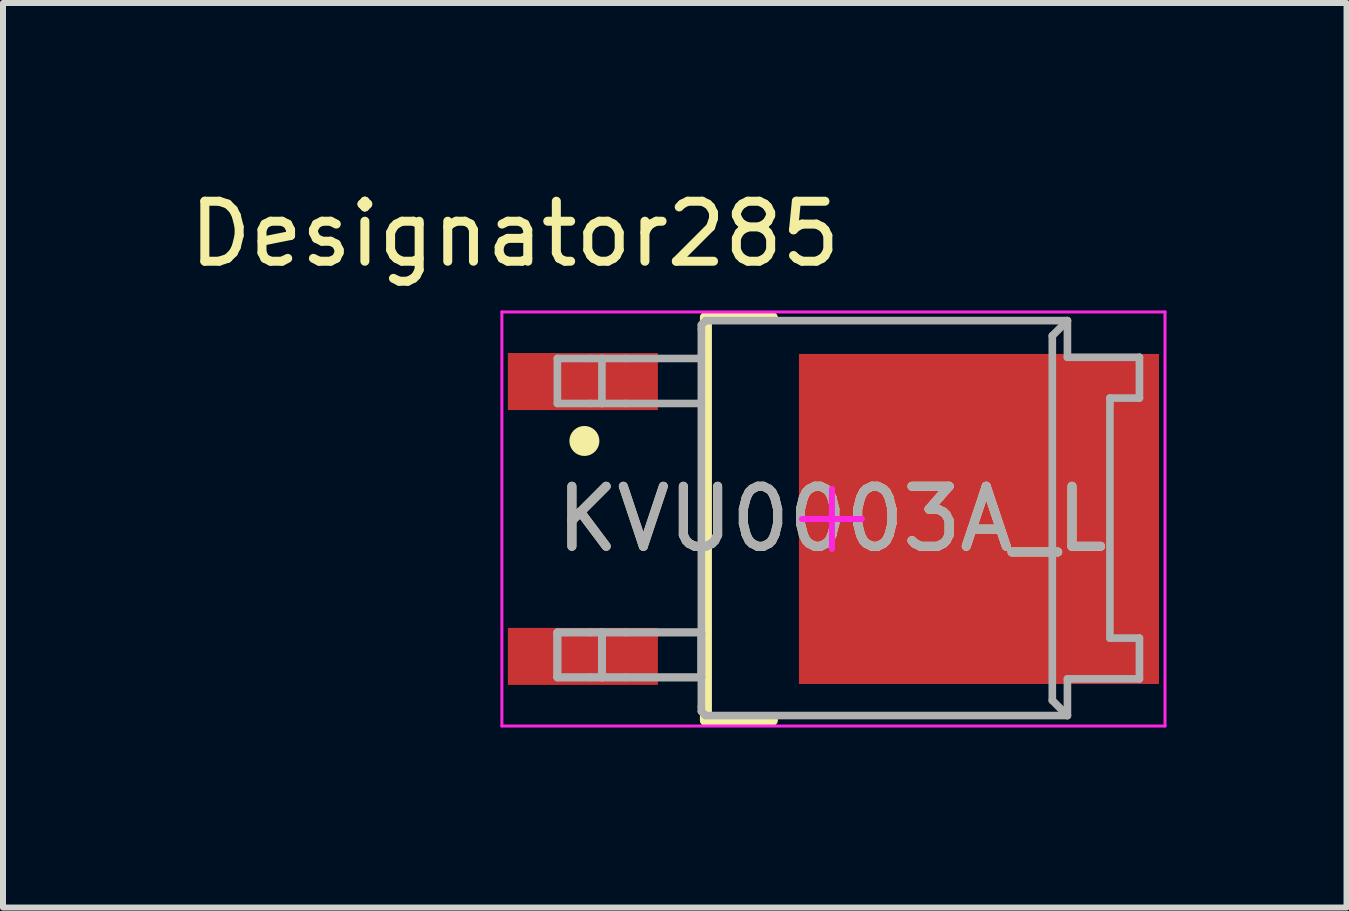
<source format=kicad_pcb>
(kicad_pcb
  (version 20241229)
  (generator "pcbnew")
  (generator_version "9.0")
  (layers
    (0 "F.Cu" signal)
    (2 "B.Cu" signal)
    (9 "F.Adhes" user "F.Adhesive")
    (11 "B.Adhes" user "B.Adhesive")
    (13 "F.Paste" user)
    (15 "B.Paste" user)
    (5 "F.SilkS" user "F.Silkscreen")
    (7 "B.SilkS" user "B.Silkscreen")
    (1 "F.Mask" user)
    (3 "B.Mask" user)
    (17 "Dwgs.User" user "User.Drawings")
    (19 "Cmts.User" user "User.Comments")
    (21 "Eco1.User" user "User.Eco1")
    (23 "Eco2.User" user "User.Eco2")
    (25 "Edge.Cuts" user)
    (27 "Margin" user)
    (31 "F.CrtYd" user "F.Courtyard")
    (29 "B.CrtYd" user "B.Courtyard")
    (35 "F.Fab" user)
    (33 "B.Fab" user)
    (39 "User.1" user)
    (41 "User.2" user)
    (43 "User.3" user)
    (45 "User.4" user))
  (footprint "KVU0003A_L"
    (layer "F.Cu")
    (at 10.813 5.598)
    (property "Reference" "KVU0003A_L" (at 0 0 0) (unlocked yes) (layer "F.SilkS") (effects (font (size 1 1) (thickness 0.15))))
    (attr smd)
    (fp_line (start -2.1 -3.35) (end -1 -3.35) (stroke (width 0.2) (type solid)) (layer "F.SilkS"))
    (fp_line (start -2.1 3.35) (end -2.1 -3.35) (stroke (width 0.2) (type solid)) (layer "F.SilkS"))
    (fp_line (start -2.1 3.35) (end -1 3.35) (stroke (width 0.2) (type solid)) (layer "F.SilkS"))
    (fp_circle (center -4.125 -1.3) (end -4 -1.3) (stroke (width 0.25) (type solid)) (fill no) (layer "F.SilkS"))
    (fp_poly (pts (xy -0.4 -1.479) (xy -0.4 -2.511) (xy -0.399 -2.521) (xy -0.396 -2.53) (xy -0.392 -2.538) (xy -0.386 -2.546) (xy -0.378 -2.552) (xy -0.37 -2.556) (xy -0.361 -2.559) (xy -0.351 -2.56) (xy 0.531 -2.56) (xy 0.541 -2.559) (xy 0.55 -2.556) (xy 0.558 -2.552) (xy 0.566 -2.546) (xy 0.572 -2.538) (xy 0.576 -2.53) (xy 0.579 -2.521) (xy 0.58 -2.511) (xy 0.58 -1.479) (xy 0.579 -1.469) (xy 0.576 -1.46) (xy 0.572 -1.452) (xy 0.566 -1.444) (xy 0.558 -1.438) (xy 0.55 -1.434) (xy 0.541 -1.431) (xy 0.531 -1.43) (xy -0.351 -1.43) (xy -0.361 -1.431) (xy -0.37 -1.434) (xy -0.378 -1.438) (xy -0.386 -1.444) (xy -0.392 -1.452) (xy -0.396 -1.46) (xy -0.399 -1.469)) (stroke (width 0) (type solid)) (fill yes) (layer "F.Paste"))
    (fp_poly (pts (xy -0.4 -0.149) (xy -0.4 -1.181) (xy -0.399 -1.191) (xy -0.396 -1.2) (xy -0.392 -1.208) (xy -0.386 -1.216) (xy -0.378 -1.222) (xy -0.37 -1.226) (xy -0.361 -1.229) (xy -0.351 -1.23) (xy 0.531 -1.23) (xy 0.541 -1.229) (xy 0.55 -1.226) (xy 0.558 -1.222) (xy 0.566 -1.216) (xy 0.572 -1.208) (xy 0.576 -1.2) (xy 0.579 -1.191) (xy 0.58 -1.181) (xy 0.58 -0.149) (xy 0.579 -0.139) (xy 0.576 -0.13) (xy 0.572 -0.122) (xy 0.566 -0.114) (xy 0.558 -0.108) (xy 0.55 -0.104) (xy 0.541 -0.101) (xy 0.531 -0.1) (xy -0.351 -0.1) (xy -0.361 -0.101) (xy -0.37 -0.104) (xy -0.378 -0.108) (xy -0.386 -0.114) (xy -0.392 -0.122) (xy -0.396 -0.13) (xy -0.399 -0.139)) (stroke (width 0) (type solid)) (fill yes) (layer "F.Paste"))
    (fp_poly (pts (xy -0.4 1.181) (xy -0.4 0.149) (xy -0.399 0.139) (xy -0.396 0.13) (xy -0.392 0.122) (xy -0.386 0.114) (xy -0.378 0.108) (xy -0.37 0.104) (xy -0.361 0.101) (xy -0.351 0.1) (xy 0.531 0.1) (xy 0.541 0.101) (xy 0.55 0.104) (xy 0.558 0.108) (xy 0.566 0.114) (xy 0.572 0.122) (xy 0.576 0.13) (xy 0.579 0.139) (xy 0.58 0.149) (xy 0.58 1.181) (xy 0.579 1.191) (xy 0.576 1.2) (xy 0.572 1.208) (xy 0.566 1.216) (xy 0.558 1.222) (xy 0.55 1.226) (xy 0.541 1.229) (xy 0.531 1.23) (xy -0.351 1.23) (xy -0.361 1.229) (xy -0.37 1.226) (xy -0.378 1.222) (xy -0.386 1.216) (xy -0.392 1.208) (xy -0.396 1.2) (xy -0.399 1.191)) (stroke (width 0) (type solid)) (fill yes) (layer "F.Paste"))
    (fp_poly (pts (xy -0.4 2.511) (xy -0.4 1.479) (xy -0.399 1.469) (xy -0.396 1.46) (xy -0.392 1.452) (xy -0.386 1.444) (xy -0.378 1.438) (xy -0.37 1.434) (xy -0.361 1.431) (xy -0.351 1.43) (xy 0.531 1.43) (xy 0.541 1.431) (xy 0.55 1.434) (xy 0.558 1.438) (xy 0.566 1.444) (xy 0.572 1.452) (xy 0.576 1.46) (xy 0.579 1.469) (xy 0.58 1.479) (xy 0.58 2.511) (xy 0.579 2.521) (xy 0.576 2.53) (xy 0.572 2.538) (xy 0.566 2.546) (xy 0.558 2.552) (xy 0.55 2.556) (xy 0.541 2.559) (xy 0.531 2.56) (xy -0.351 2.56) (xy -0.361 2.559) (xy -0.37 2.556) (xy -0.378 2.552) (xy -0.386 2.546) (xy -0.392 2.538) (xy -0.396 2.53) (xy -0.399 2.521)) (stroke (width 0) (type solid)) (fill yes) (layer "F.Paste"))
    (fp_poly (pts (xy 0.78 -1.479) (xy 0.78 -2.511) (xy 0.781 -2.521) (xy 0.784 -2.53) (xy 0.788 -2.538) (xy 0.794 -2.546) (xy 0.802 -2.552) (xy 0.81 -2.556) (xy 0.819 -2.559) (xy 0.829 -2.56) (xy 1.711 -2.56) (xy 1.721 -2.559) (xy 1.73 -2.556) (xy 1.738 -2.552) (xy 1.746 -2.546) (xy 1.752 -2.538) (xy 1.756 -2.53) (xy 1.759 -2.521) (xy 1.76 -2.511) (xy 1.76 -1.479) (xy 1.759 -1.469) (xy 1.756 -1.46) (xy 1.752 -1.452) (xy 1.746 -1.444) (xy 1.738 -1.438) (xy 1.73 -1.434) (xy 1.721 -1.431) (xy 1.711 -1.43) (xy 0.829 -1.43) (xy 0.819 -1.431) (xy 0.81 -1.434) (xy 0.802 -1.438) (xy 0.794 -1.444) (xy 0.788 -1.452) (xy 0.784 -1.46) (xy 0.781 -1.469)) (stroke (width 0) (type solid)) (fill yes) (layer "F.Paste"))
    (fp_poly (pts (xy 0.78 -0.149) (xy 0.78 -1.181) (xy 0.781 -1.191) (xy 0.784 -1.2) (xy 0.788 -1.208) (xy 0.794 -1.216) (xy 0.802 -1.222) (xy 0.81 -1.226) (xy 0.819 -1.229) (xy 0.829 -1.23) (xy 1.711 -1.23) (xy 1.721 -1.229) (xy 1.73 -1.226) (xy 1.738 -1.222) (xy 1.746 -1.216) (xy 1.752 -1.208) (xy 1.756 -1.2) (xy 1.759 -1.191) (xy 1.76 -1.181) (xy 1.76 -0.149) (xy 1.759 -0.139) (xy 1.756 -0.13) (xy 1.752 -0.122) (xy 1.746 -0.114) (xy 1.738 -0.108) (xy 1.73 -0.104) (xy 1.721 -0.101) (xy 1.711 -0.1) (xy 0.829 -0.1) (xy 0.819 -0.101) (xy 0.81 -0.104) (xy 0.802 -0.108) (xy 0.794 -0.114) (xy 0.788 -0.122) (xy 0.784 -0.13) (xy 0.781 -0.139)) (stroke (width 0) (type solid)) (fill yes) (layer "F.Paste"))
    (fp_poly (pts (xy 0.78 1.181) (xy 0.78 0.149) (xy 0.781 0.139) (xy 0.784 0.13) (xy 0.788 0.122) (xy 0.794 0.114) (xy 0.802 0.108) (xy 0.81 0.104) (xy 0.819 0.101) (xy 0.829 0.1) (xy 1.711 0.1) (xy 1.721 0.101) (xy 1.73 0.104) (xy 1.738 0.108) (xy 1.746 0.114) (xy 1.752 0.122) (xy 1.756 0.13) (xy 1.759 0.139) (xy 1.76 0.149) (xy 1.76 1.181) (xy 1.759 1.191) (xy 1.756 1.2) (xy 1.752 1.208) (xy 1.746 1.216) (xy 1.738 1.222) (xy 1.73 1.226) (xy 1.721 1.229) (xy 1.711 1.23) (xy 0.829 1.23) (xy 0.819 1.229) (xy 0.81 1.226) (xy 0.802 1.222) (xy 0.794 1.216) (xy 0.788 1.208) (xy 0.784 1.2) (xy 0.781 1.191)) (stroke (width 0) (type solid)) (fill yes) (layer "F.Paste"))
    (fp_poly (pts (xy 0.78 2.511) (xy 0.78 1.479) (xy 0.781 1.469) (xy 0.784 1.46) (xy 0.788 1.452) (xy 0.794 1.444) (xy 0.802 1.438) (xy 0.81 1.434) (xy 0.819 1.431) (xy 0.829 1.43) (xy 1.711 1.43) (xy 1.721 1.431) (xy 1.73 1.434) (xy 1.738 1.438) (xy 1.746 1.444) (xy 1.752 1.452) (xy 1.756 1.46) (xy 1.759 1.469) (xy 1.76 1.479) (xy 1.76 2.511) (xy 1.759 2.521) (xy 1.756 2.53) (xy 1.752 2.538) (xy 1.746 2.546) (xy 1.738 2.552) (xy 1.73 2.556) (xy 1.721 2.559) (xy 1.711 2.56) (xy 0.829 2.56) (xy 0.819 2.559) (xy 0.81 2.556) (xy 0.802 2.552) (xy 0.794 2.546) (xy 0.788 2.538) (xy 0.784 2.53) (xy 0.781 2.521)) (stroke (width 0) (type solid)) (fill yes) (layer "F.Paste"))
    (fp_poly (pts (xy 1.96 -1.479) (xy 1.96 -2.511) (xy 1.961 -2.521) (xy 1.964 -2.53) (xy 1.968 -2.538) (xy 1.974 -2.546) (xy 1.982 -2.552) (xy 1.99 -2.556) (xy 1.999 -2.559) (xy 2.009 -2.56) (xy 2.891 -2.56) (xy 2.901 -2.559) (xy 2.91 -2.556) (xy 2.918 -2.552) (xy 2.926 -2.546) (xy 2.932 -2.538) (xy 2.936 -2.53) (xy 2.939 -2.521) (xy 2.94 -2.511) (xy 2.94 -1.479) (xy 2.939 -1.469) (xy 2.936 -1.46) (xy 2.932 -1.452) (xy 2.926 -1.444) (xy 2.918 -1.438) (xy 2.91 -1.434) (xy 2.901 -1.431) (xy 2.891 -1.43) (xy 2.009 -1.43) (xy 1.999 -1.431) (xy 1.99 -1.434) (xy 1.982 -1.438) (xy 1.974 -1.444) (xy 1.968 -1.452) (xy 1.964 -1.46) (xy 1.961 -1.469)) (stroke (width 0) (type solid)) (fill yes) (layer "F.Paste"))
    (fp_poly (pts (xy 1.96 -0.149) (xy 1.96 -1.181) (xy 1.961 -1.191) (xy 1.964 -1.2) (xy 1.968 -1.208) (xy 1.974 -1.216) (xy 1.982 -1.222) (xy 1.99 -1.226) (xy 1.999 -1.229) (xy 2.009 -1.23) (xy 2.891 -1.23) (xy 2.901 -1.229) (xy 2.91 -1.226) (xy 2.918 -1.222) (xy 2.926 -1.216) (xy 2.932 -1.208) (xy 2.936 -1.2) (xy 2.939 -1.191) (xy 2.94 -1.181) (xy 2.94 -0.149) (xy 2.939 -0.139) (xy 2.936 -0.13) (xy 2.932 -0.122) (xy 2.926 -0.114) (xy 2.918 -0.108) (xy 2.91 -0.104) (xy 2.901 -0.101) (xy 2.891 -0.1) (xy 2.009 -0.1) (xy 1.999 -0.101) (xy 1.99 -0.104) (xy 1.982 -0.108) (xy 1.974 -0.114) (xy 1.968 -0.122) (xy 1.964 -0.13) (xy 1.961 -0.139)) (stroke (width 0) (type solid)) (fill yes) (layer "F.Paste"))
    (fp_poly (pts (xy 1.96 1.181) (xy 1.96 0.149) (xy 1.961 0.139) (xy 1.964 0.13) (xy 1.968 0.122) (xy 1.974 0.114) (xy 1.982 0.108) (xy 1.99 0.104) (xy 1.999 0.101) (xy 2.009 0.1) (xy 2.891 0.1) (xy 2.901 0.101) (xy 2.91 0.104) (xy 2.918 0.108) (xy 2.926 0.114) (xy 2.932 0.122) (xy 2.936 0.13) (xy 2.939 0.139) (xy 2.94 0.149) (xy 2.94 1.181) (xy 2.939 1.191) (xy 2.936 1.2) (xy 2.932 1.208) (xy 2.926 1.216) (xy 2.918 1.222) (xy 2.91 1.226) (xy 2.901 1.229) (xy 2.891 1.23) (xy 2.009 1.23) (xy 1.999 1.229) (xy 1.99 1.226) (xy 1.982 1.222) (xy 1.974 1.216) (xy 1.968 1.208) (xy 1.964 1.2) (xy 1.961 1.191)) (stroke (width 0) (type solid)) (fill yes) (layer "F.Paste"))
    (fp_poly (pts (xy 1.96 2.511) (xy 1.96 1.479) (xy 1.961 1.469) (xy 1.964 1.46) (xy 1.968 1.452) (xy 1.974 1.444) (xy 1.982 1.438) (xy 1.99 1.434) (xy 1.999 1.431) (xy 2.009 1.43) (xy 2.891 1.43) (xy 2.901 1.431) (xy 2.91 1.434) (xy 2.918 1.438) (xy 2.926 1.444) (xy 2.932 1.452) (xy 2.936 1.46) (xy 2.939 1.469) (xy 2.94 1.479) (xy 2.94 2.511) (xy 2.939 2.521) (xy 2.936 2.53) (xy 2.932 2.538) (xy 2.926 2.546) (xy 2.918 2.552) (xy 2.91 2.556) (xy 2.901 2.559) (xy 2.891 2.56) (xy 2.009 2.56) (xy 1.999 2.559) (xy 1.99 2.556) (xy 1.982 2.552) (xy 1.974 2.546) (xy 1.968 2.538) (xy 1.964 2.53) (xy 1.961 2.521)) (stroke (width 0) (type solid)) (fill yes) (layer "F.Paste"))
    (fp_poly (pts (xy 3.14 -1.479) (xy 3.14 -2.511) (xy 3.141 -2.521) (xy 3.144 -2.53) (xy 3.148 -2.538) (xy 3.154 -2.546) (xy 3.162 -2.552) (xy 3.17 -2.556) (xy 3.179 -2.559) (xy 3.189 -2.56) (xy 4.071 -2.56) (xy 4.081 -2.559) (xy 4.09 -2.556) (xy 4.098 -2.552) (xy 4.106 -2.546) (xy 4.112 -2.538) (xy 4.116 -2.53) (xy 4.119 -2.521) (xy 4.12 -2.511) (xy 4.12 -1.479) (xy 4.119 -1.469) (xy 4.116 -1.46) (xy 4.112 -1.452) (xy 4.106 -1.444) (xy 4.098 -1.438) (xy 4.09 -1.434) (xy 4.081 -1.431) (xy 4.071 -1.43) (xy 3.189 -1.43) (xy 3.179 -1.431) (xy 3.17 -1.434) (xy 3.162 -1.438) (xy 3.154 -1.444) (xy 3.148 -1.452) (xy 3.144 -1.46) (xy 3.141 -1.469)) (stroke (width 0) (type solid)) (fill yes) (layer "F.Paste"))
    (fp_poly (pts (xy 3.14 -0.149) (xy 3.14 -1.181) (xy 3.141 -1.191) (xy 3.144 -1.2) (xy 3.148 -1.208) (xy 3.154 -1.216) (xy 3.162 -1.222) (xy 3.17 -1.226) (xy 3.179 -1.229) (xy 3.189 -1.23) (xy 4.071 -1.23) (xy 4.081 -1.229) (xy 4.09 -1.226) (xy 4.098 -1.222) (xy 4.106 -1.216) (xy 4.112 -1.208) (xy 4.116 -1.2) (xy 4.119 -1.191) (xy 4.12 -1.181) (xy 4.12 -0.149) (xy 4.119 -0.139) (xy 4.116 -0.13) (xy 4.112 -0.122) (xy 4.106 -0.114) (xy 4.098 -0.108) (xy 4.09 -0.104) (xy 4.081 -0.101) (xy 4.071 -0.1) (xy 3.189 -0.1) (xy 3.179 -0.101) (xy 3.17 -0.104) (xy 3.162 -0.108) (xy 3.154 -0.114) (xy 3.148 -0.122) (xy 3.144 -0.13) (xy 3.141 -0.139)) (stroke (width 0) (type solid)) (fill yes) (layer "F.Paste"))
    (fp_poly (pts (xy 3.14 1.181) (xy 3.14 0.149) (xy 3.141 0.139) (xy 3.144 0.13) (xy 3.148 0.122) (xy 3.154 0.114) (xy 3.162 0.108) (xy 3.17 0.104) (xy 3.179 0.101) (xy 3.189 0.1) (xy 4.071 0.1) (xy 4.081 0.101) (xy 4.09 0.104) (xy 4.098 0.108) (xy 4.106 0.114) (xy 4.112 0.122) (xy 4.116 0.13) (xy 4.119 0.139) (xy 4.12 0.149) (xy 4.12 1.181) (xy 4.119 1.191) (xy 4.116 1.2) (xy 4.112 1.208) (xy 4.106 1.216) (xy 4.098 1.222) (xy 4.09 1.226) (xy 4.081 1.229) (xy 4.071 1.23) (xy 3.189 1.23) (xy 3.179 1.229) (xy 3.17 1.226) (xy 3.162 1.222) (xy 3.154 1.216) (xy 3.148 1.208) (xy 3.144 1.2) (xy 3.141 1.191)) (stroke (width 0) (type solid)) (fill yes) (layer "F.Paste"))
    (fp_poly (pts (xy 3.14 2.511) (xy 3.14 1.479) (xy 3.141 1.469) (xy 3.144 1.46) (xy 3.148 1.452) (xy 3.154 1.444) (xy 3.162 1.438) (xy 3.17 1.434) (xy 3.179 1.431) (xy 3.189 1.43) (xy 4.071 1.43) (xy 4.081 1.431) (xy 4.09 1.434) (xy 4.098 1.438) (xy 4.106 1.444) (xy 4.112 1.452) (xy 4.116 1.46) (xy 4.119 1.469) (xy 4.12 1.479) (xy 4.12 2.511) (xy 4.119 2.521) (xy 4.116 2.53) (xy 4.112 2.538) (xy 4.106 2.546) (xy 4.098 2.552) (xy 4.09 2.556) (xy 4.081 2.559) (xy 4.071 2.56) (xy 3.189 2.56) (xy 3.179 2.559) (xy 3.17 2.556) (xy 3.162 2.552) (xy 3.154 2.546) (xy 3.148 2.538) (xy 3.144 2.53) (xy 3.141 2.521)) (stroke (width 0) (type solid)) (fill yes) (layer "F.Paste"))
    (fp_poly (pts (xy 4.32 -1.479) (xy 4.32 -2.511) (xy 4.321 -2.521) (xy 4.324 -2.53) (xy 4.328 -2.538) (xy 4.334 -2.546) (xy 4.342 -2.552) (xy 4.35 -2.556) (xy 4.359 -2.559) (xy 4.369 -2.56) (xy 5.251 -2.56) (xy 5.261 -2.559) (xy 5.27 -2.556) (xy 5.278 -2.552) (xy 5.286 -2.546) (xy 5.292 -2.538) (xy 5.296 -2.53) (xy 5.299 -2.521) (xy 5.3 -2.511) (xy 5.3 -1.479) (xy 5.299 -1.469) (xy 5.296 -1.46) (xy 5.292 -1.452) (xy 5.286 -1.444) (xy 5.278 -1.438) (xy 5.27 -1.434) (xy 5.261 -1.431) (xy 5.251 -1.43) (xy 4.369 -1.43) (xy 4.359 -1.431) (xy 4.35 -1.434) (xy 4.342 -1.438) (xy 4.334 -1.444) (xy 4.328 -1.452) (xy 4.324 -1.46) (xy 4.321 -1.469)) (stroke (width 0) (type solid)) (fill yes) (layer "F.Paste"))
    (fp_poly (pts (xy 4.32 -0.149) (xy 4.32 -1.181) (xy 4.321 -1.191) (xy 4.324 -1.2) (xy 4.328 -1.208) (xy 4.334 -1.216) (xy 4.342 -1.222) (xy 4.35 -1.226) (xy 4.359 -1.229) (xy 4.369 -1.23) (xy 5.251 -1.23) (xy 5.261 -1.229) (xy 5.27 -1.226) (xy 5.278 -1.222) (xy 5.286 -1.216) (xy 5.292 -1.208) (xy 5.296 -1.2) (xy 5.299 -1.191) (xy 5.3 -1.181) (xy 5.3 -0.149) (xy 5.299 -0.139) (xy 5.296 -0.13) (xy 5.292 -0.122) (xy 5.286 -0.114) (xy 5.278 -0.108) (xy 5.27 -0.104) (xy 5.261 -0.101) (xy 5.251 -0.1) (xy 4.369 -0.1) (xy 4.359 -0.101) (xy 4.35 -0.104) (xy 4.342 -0.108) (xy 4.334 -0.114) (xy 4.328 -0.122) (xy 4.324 -0.13) (xy 4.321 -0.139)) (stroke (width 0) (type solid)) (fill yes) (layer "F.Paste"))
    (fp_poly (pts (xy 4.32 1.181) (xy 4.32 0.149) (xy 4.321 0.139) (xy 4.324 0.13) (xy 4.328 0.122) (xy 4.334 0.114) (xy 4.342 0.108) (xy 4.35 0.104) (xy 4.359 0.101) (xy 4.369 0.1) (xy 5.251 0.1) (xy 5.261 0.101) (xy 5.27 0.104) (xy 5.278 0.108) (xy 5.286 0.114) (xy 5.292 0.122) (xy 5.296 0.13) (xy 5.299 0.139) (xy 5.3 0.149) (xy 5.3 1.181) (xy 5.299 1.191) (xy 5.296 1.2) (xy 5.292 1.208) (xy 5.286 1.216) (xy 5.278 1.222) (xy 5.27 1.226) (xy 5.261 1.229) (xy 5.251 1.23) (xy 4.369 1.23) (xy 4.359 1.229) (xy 4.35 1.226) (xy 4.342 1.222) (xy 4.334 1.216) (xy 4.328 1.208) (xy 4.324 1.2) (xy 4.321 1.191)) (stroke (width 0) (type solid)) (fill yes) (layer "F.Paste"))
    (fp_poly (pts (xy 4.32 2.511) (xy 4.32 1.479) (xy 4.321 1.469) (xy 4.324 1.46) (xy 4.328 1.452) (xy 4.334 1.444) (xy 4.342 1.438) (xy 4.35 1.434) (xy 4.359 1.431) (xy 4.369 1.43) (xy 5.251 1.43) (xy 5.261 1.431) (xy 5.27 1.434) (xy 5.278 1.438) (xy 5.286 1.444) (xy 5.292 1.452) (xy 5.296 1.46) (xy 5.299 1.469) (xy 5.3 1.479) (xy 5.3 2.511) (xy 5.299 2.521) (xy 5.296 2.53) (xy 5.292 2.538) (xy 5.286 2.546) (xy 5.278 2.552) (xy 5.27 2.556) (xy 5.261 2.559) (xy 5.251 2.56) (xy 4.369 2.56) (xy 4.359 2.559) (xy 4.35 2.556) (xy 4.342 2.552) (xy 4.334 2.546) (xy 4.328 2.538) (xy 4.324 2.53) (xy 4.321 2.521)) (stroke (width 0) (type solid)) (fill yes) (layer "F.Paste"))
    (fp_line (start -5.5 -3.45) (end 5.55 -3.45) (stroke (width 0.05) (type solid)) (layer "F.CrtYd"))
    (fp_line (start -5.5 3.45) (end -5.5 -3.45) (stroke (width 0.05) (type solid)) (layer "F.CrtYd"))
    (fp_line (start -5.5 3.45) (end 5.55 3.45) (stroke (width 0.05) (type solid)) (layer "F.CrtYd"))
    (fp_line (start -0.5 0) (end 0.5 0) (stroke (width 0.1) (type solid)) (layer "F.CrtYd"))
    (fp_line (start 0 0.5) (end 0 -0.5) (stroke (width 0.1) (type solid)) (layer "F.CrtYd"))
    (fp_line (start 5.55 3.45) (end 5.55 -3.45) (stroke (width 0.05) (type solid)) (layer "F.CrtYd"))
    (fp_line (start -4.575 -2.675) (end -4.033 -2.675) (stroke (width 0.127) (type solid)) (layer "F.Fab"))
    (fp_line (start -4.575 -1.925) (end -4.575 -2.675) (stroke (width 0.127) (type solid)) (layer "F.Fab"))
    (fp_line (start -4.575 -1.925) (end -4.033 -1.925) (stroke (width 0.127) (type solid)) (layer "F.Fab"))
    (fp_line (start -4.575 1.89) (end -4.033 1.89) (stroke (width 0.127) (type solid)) (layer "F.Fab"))
    (fp_line (start -4.575 1.89) (end -4.033 1.89) (stroke (width 0.127) (type solid)) (layer "F.Fab"))
    (fp_line (start -4.575 1.89) (end -4.033 1.89) (stroke (width 0.127) (type solid)) (layer "F.Fab"))
    (fp_line (start -4.575 2.64) (end -4.575 1.89) (stroke (width 0.127) (type solid)) (layer "F.Fab"))
    (fp_line (start -4.575 2.64) (end -4.575 1.89) (stroke (width 0.127) (type solid)) (layer "F.Fab"))
    (fp_line (start -4.575 2.64) (end -4.575 1.89) (stroke (width 0.127) (type solid)) (layer "F.Fab"))
    (fp_line (start -4.575 2.64) (end -4.033 2.64) (stroke (width 0.127) (type solid)) (layer "F.Fab"))
    (fp_line (start -4.575 2.64) (end -4.033 2.64) (stroke (width 0.127) (type solid)) (layer "F.Fab"))
    (fp_line (start -4.575 2.64) (end -4.033 2.64) (stroke (width 0.127) (type solid)) (layer "F.Fab"))
    (fp_line (start -4.033 -2.675) (end -3.833 -2.675) (stroke (width 0.127) (type solid)) (layer "F.Fab"))
    (fp_line (start -4.033 -1.925) (end -3.833 -1.925) (stroke (width 0.127) (type solid)) (layer "F.Fab"))
    (fp_line (start -4.033 1.89) (end -3.833 1.89) (stroke (width 0.127) (type solid)) (layer "F.Fab"))
    (fp_line (start -4.033 1.89) (end -3.833 1.89) (stroke (width 0.127) (type solid)) (layer "F.Fab"))
    (fp_line (start -4.033 1.89) (end -3.833 1.89) (stroke (width 0.127) (type solid)) (layer "F.Fab"))
    (fp_line (start -4.033 2.64) (end -3.833 2.64) (stroke (width 0.127) (type solid)) (layer "F.Fab"))
    (fp_line (start -4.033 2.64) (end -3.833 2.64) (stroke (width 0.127) (type solid)) (layer "F.Fab"))
    (fp_line (start -4.033 2.64) (end -3.833 2.64) (stroke (width 0.127) (type solid)) (layer "F.Fab"))
    (fp_line (start -3.833 -2.675) (end -3.433 -2.675) (stroke (width 0.127) (type solid)) (layer "F.Fab"))
    (fp_line (start -3.833 -1.925) (end -3.833 -2.675) (stroke (width 0.127) (type solid)) (layer "F.Fab"))
    (fp_line (start -3.833 -1.925) (end -3.433 -1.925) (stroke (width 0.127) (type solid)) (layer "F.Fab"))
    (fp_line (start -3.833 1.89) (end -3.433 1.89) (stroke (width 0.127) (type solid)) (layer "F.Fab"))
    (fp_line (start -3.833 1.89) (end -3.433 1.89) (stroke (width 0.127) (type solid)) (layer "F.Fab"))
    (fp_line (start -3.833 1.89) (end -3.433 1.89) (stroke (width 0.127) (type solid)) (layer "F.Fab"))
    (fp_line (start -3.833 2.64) (end -3.833 1.89) (stroke (width 0.127) (type solid)) (layer "F.Fab"))
    (fp_line (start -3.833 2.64) (end -3.833 1.89) (stroke (width 0.127) (type solid)) (layer "F.Fab"))
    (fp_line (start -3.833 2.64) (end -3.833 1.89) (stroke (width 0.127) (type solid)) (layer "F.Fab"))
    (fp_line (start -3.833 2.64) (end -3.433 2.64) (stroke (width 0.127) (type solid)) (layer "F.Fab"))
    (fp_line (start -3.833 2.64) (end -3.433 2.64) (stroke (width 0.127) (type solid)) (layer "F.Fab"))
    (fp_line (start -3.833 2.64) (end -3.433 2.64) (stroke (width 0.127) (type solid)) (layer "F.Fab"))
    (fp_line (start -3.433 -2.675) (end -2.176 -2.675) (stroke (width 0.127) (type solid)) (layer "F.Fab"))
    (fp_line (start -3.433 -1.925) (end -2.176 -1.925) (stroke (width 0.127) (type solid)) (layer "F.Fab"))
    (fp_line (start -3.433 1.89) (end -2.176 1.89) (stroke (width 0.127) (type solid)) (layer "F.Fab"))
    (fp_line (start -3.433 1.89) (end -2.176 1.89) (stroke (width 0.127) (type solid)) (layer "F.Fab"))
    (fp_line (start -3.433 1.89) (end -2.176 1.89) (stroke (width 0.127) (type solid)) (layer "F.Fab"))
    (fp_line (start -3.433 2.64) (end -2.176 2.64) (stroke (width 0.127) (type solid)) (layer "F.Fab"))
    (fp_line (start -3.433 2.64) (end -2.176 2.64) (stroke (width 0.127) (type solid)) (layer "F.Fab"))
    (fp_line (start -3.433 2.64) (end -2.176 2.64) (stroke (width 0.127) (type solid)) (layer "F.Fab"))
    (fp_line (start -2.176 -3.234) (end -2.105 -3.305) (stroke (width 0.127) (type solid)) (layer "F.Fab"))
    (fp_line (start -2.176 -3.162) (end -2.176 -3.234) (stroke (width 0.127) (type solid)) (layer "F.Fab"))
    (fp_line (start -2.176 1.89) (end -2.176 -3.162) (stroke (width 0.127) (type solid)) (layer "F.Fab"))
    (fp_line (start -2.176 2.64) (end -2.176 1.89) (stroke (width 0.127) (type solid)) (layer "F.Fab"))
    (fp_line (start -2.176 2.64) (end -2.176 1.89) (stroke (width 0.127) (type solid)) (layer "F.Fab"))
    (fp_line (start -2.176 2.64) (end -2.176 1.89) (stroke (width 0.127) (type solid)) (layer "F.Fab"))
    (fp_line (start -2.176 3.132) (end -2.176 2.64) (stroke (width 0.127) (type solid)) (layer "F.Fab"))
    (fp_line (start -2.176 3.204) (end -2.176 3.132) (stroke (width 0.127) (type solid)) (layer "F.Fab"))
    (fp_line (start -2.176 3.204) (end -2.105 3.275) (stroke (width 0.127) (type solid)) (layer "F.Fab"))
    (fp_line (start -2.105 -3.305) (end 3.924 -3.305) (stroke (width 0.127) (type solid)) (layer "F.Fab"))
    (fp_line (start -2.105 3.275) (end 3.924 3.275) (stroke (width 0.127) (type solid)) (layer "F.Fab"))
    (fp_line (start 3.672 -3.053) (end 3.924 -3.305) (stroke (width 0.127) (type solid)) (layer "F.Fab"))
    (fp_line (start 3.672 3.023) (end 3.672 -3.053) (stroke (width 0.127) (type solid)) (layer "F.Fab"))
    (fp_line (start 3.672 3.023) (end 3.924 3.275) (stroke (width 0.127) (type solid)) (layer "F.Fab"))
    (fp_line (start 3.924 -2.695) (end 5.124 -2.695) (stroke (width 0.127) (type solid)) (layer "F.Fab"))
    (fp_line (start 3.924 2.665) (end 5.124 2.665) (stroke (width 0.127) (type solid)) (layer "F.Fab"))
    (fp_line (start 3.924 -2.695) (end 3.924 -3.305) (stroke (width 0.127) (type solid)) (layer "F.Fab"))
    (fp_line (start 3.924 3.275) (end 3.924 2.665) (stroke (width 0.127) (type solid)) (layer "F.Fab"))
    (fp_line (start 4.632 -2.015) (end 5.124 -2.015) (stroke (width 0.127) (type solid)) (layer "F.Fab"))
    (fp_line (start 4.632 1.985) (end 4.632 -2.015) (stroke (width 0.127) (type solid)) (layer "F.Fab"))
    (fp_line (start 4.632 1.985) (end 5.124 1.985) (stroke (width 0.127) (type solid)) (layer "F.Fab"))
    (fp_line (start 5.124 -2.015) (end 5.124 -2.695) (stroke (width 0.127) (type solid)) (layer "F.Fab"))
    (fp_line (start 5.124 2.665) (end 5.124 1.985) (stroke (width 0.127) (type solid)) (layer "F.Fab"))
    (fp_text user "Designator285" (at -5.283 -4.75 0) (unlocked yes) (layer "F.SilkS") (effects (font (size 1 1) (thickness 0.15))))
    (fp_text user "${REFERENCE}" (at 0 0 0) (unlocked yes) (layer "F.Fab") (effects (font (size 1 1) (thickness 0.15))))
    (pad "1" smd rect (at -4.15 -2.29 90) (size 0.95 2.5) (layers "F.Cu" "F.Mask" "F.Paste"))
    (pad "3" smd rect (at -4.15 2.29 90) (size 0.95 2.5) (layers "F.Cu" "F.Mask" "F.Paste"))
    (pad "4" smd rect (at 2.45 0 90) (size 5.5 6) (layers "F.Cu" "F.Mask")))
  (gr_rect
    (start -3 -3)
    (end 19.388 12.073)
    (stroke (width 0.1) (type default))
    (fill no)
    (layer "Edge.Cuts")))
</source>
